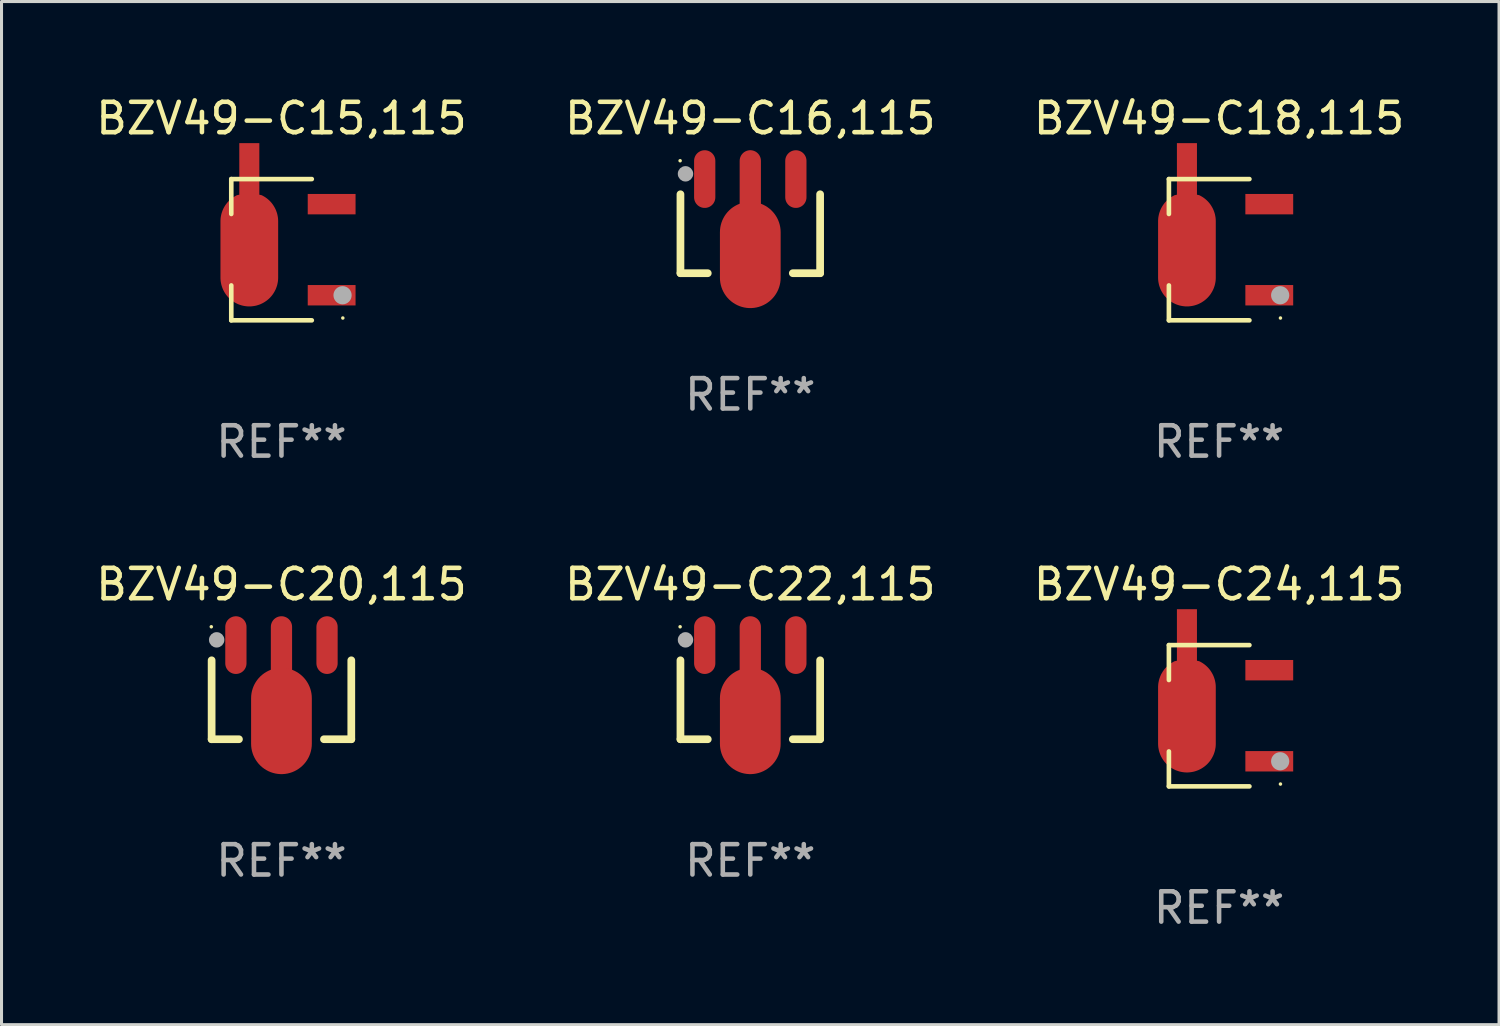
<source format=kicad_pcb>
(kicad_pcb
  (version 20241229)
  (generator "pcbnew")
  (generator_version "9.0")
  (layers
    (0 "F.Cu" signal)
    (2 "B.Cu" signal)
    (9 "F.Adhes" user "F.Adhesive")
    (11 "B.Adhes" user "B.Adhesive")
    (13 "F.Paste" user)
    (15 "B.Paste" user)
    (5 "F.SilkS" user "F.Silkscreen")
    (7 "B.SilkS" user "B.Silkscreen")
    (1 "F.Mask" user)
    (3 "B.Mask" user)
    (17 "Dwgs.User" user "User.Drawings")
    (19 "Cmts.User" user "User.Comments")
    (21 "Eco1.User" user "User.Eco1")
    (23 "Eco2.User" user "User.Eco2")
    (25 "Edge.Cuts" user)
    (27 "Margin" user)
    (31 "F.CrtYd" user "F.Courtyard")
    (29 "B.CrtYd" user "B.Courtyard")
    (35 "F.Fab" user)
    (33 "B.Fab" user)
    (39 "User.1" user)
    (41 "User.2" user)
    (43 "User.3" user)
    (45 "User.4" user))
  (footprint "BZV49-C24,115"
    (layer "F.Cu")
    (at 37.101 20.523)
    (property "Reference" "BZV49-C24,115" (at 0 -4.326 0) (layer "F.SilkS") (effects (font (size 1 1) (thickness 0.15))))
    (attr through_hole)
    (fp_line (start -1.653 -2.326) (end -1.653 -1.177) (stroke (width 0.152) (type solid)) (layer "F.SilkS"))
    (fp_line (start -1.653 2.326) (end -1.653 1.177) (stroke (width 0.152) (type solid)) (layer "F.SilkS"))
    (fp_line (start 0.999 -2.326) (end -1.653 -2.326) (stroke (width 0.152) (type solid)) (layer "F.SilkS"))
    (fp_line (start 0.999 2.326) (end -1.653 2.326) (stroke (width 0.152) (type solid)) (layer "F.SilkS"))
    (fp_circle (center 2.021 2.25) (end 2.051 2.25) (stroke (width 0.06) (type solid)) (fill no) (layer "F.SilkS"))
    (fp_circle (center 2.012 1.5) (end 2.162 1.5) (stroke (width 0.3) (type solid)) (fill no) (layer "F.Fab"))
    (fp_text user "REF**" (at 0 6.326 0) (layer "F.Fab") (effects (font (size 1 1) (thickness 0.15))))
    (pad "1" smd rect (at 1.653 1.5) (size 1.575 0.672) (layers "F.Cu" "F.Mask" "F.Paste"))
    (pad "2" smd custom (at -1.059 -0.009 90) (size 1.9 5.377) (layers "F.Cu" "F.Mask" "F.Paste") (options (anchor circle)) (primitives (gr_poly (pts (xy -0.927 -0.95) (xy 0.927 -0.95) (xy 0.972 -0.949) (xy 1.016 -0.946) (xy 1.06 -0.941) (xy 1.104 -0.933) (xy 1.148 -0.924) (xy 1.191 -0.913) (xy 1.233 -0.899) (xy 1.275 -0.884) (xy 1.316 -0.867) (xy 1.357 -0.848) (xy 1.396 -0.826) (xy 1.434 -0.804) (xy 1.471 -0.779) (xy 1.507 -0.753) (xy 1.542 -0.725) (xy 1.575 -0.695) (xy 1.607 -0.664) (xy 1.637 -0.631) (xy 1.666 -0.597) (xy 1.693 -0.562) (xy 1.719 -0.526) (xy 1.742 -0.488) (xy 1.764 -0.449) (xy 1.785 -0.409) (xy 1.803 -0.33) (xy 3.5 -0.33) (xy 3.5 0.33) (xy 1.803 0.33) (xy 1.785 0.409) (xy 1.764 0.449) (xy 1.742 0.488) (xy 1.719 0.525) (xy 1.693 0.562) (xy 1.666 0.597) (xy 1.637 0.631) (xy 1.607 0.664) (xy 1.575 0.695) (xy 1.542 0.725) (xy 1.507 0.753) (xy 1.471 0.779) (xy 1.434 0.803) (xy 1.396 0.826) (xy 1.357 0.847) (xy 1.316 0.867) (xy 1.275 0.884) (xy 1.233 0.899) (xy 1.191 0.913) (xy 1.148 0.924) (xy 1.104 0.933) (xy 1.06 0.941) (xy 1.016 0.946) (xy 0.972 0.949) (xy 0.927 0.95) (xy -0.927 0.95) (xy -0.972 0.949) (xy -1.016 0.946) (xy -1.06 0.941) (xy -1.104 0.933) (xy -1.148 0.924) (xy -1.191 0.913) (xy -1.233 0.899) (xy -1.275 0.884) (xy -1.316 0.867) (xy -1.356 0.847) (xy -1.396 0.826) (xy -1.434 0.803) (xy -1.471 0.779) (xy -1.507 0.753) (xy -1.541 0.725) (xy -1.575 0.695) (xy -1.607 0.664) (xy -1.637 0.631) (xy -1.666 0.597) (xy -1.693 0.562) (xy -1.718 0.525) (xy -1.742 0.488) (xy -1.764 0.449) (xy -1.784 0.409) (xy -1.803 0.369) (xy -1.819 0.327) (xy -1.833 0.285) (xy -1.846 0.242) (xy -1.856 0.199) (xy -1.864 0.155) (xy -1.87 0.111) (xy -1.875 0.067) (xy -1.877 0.022) (xy -1.877 -0.022) (xy -1.875 -0.067) (xy -1.87 -0.111) (xy -1.864 -0.155) (xy -1.856 -0.199) (xy -1.846 -0.242) (xy -1.833 -0.285) (xy -1.819 -0.327) (xy -1.803 -0.369) (xy -1.784 -0.409) (xy -1.764 -0.449) (xy -1.742 -0.488) (xy -1.718 -0.526) (xy -1.693 -0.562) (xy -1.666 -0.597) (xy -1.637 -0.631) (xy -1.607 -0.664) (xy -1.575 -0.695) (xy -1.541 -0.725) (xy -1.507 -0.753) (xy -1.471 -0.779) (xy -1.434 -0.804) (xy -1.396 -0.826) (xy -1.356 -0.848) (xy -1.316 -0.867) (xy -1.275 -0.884) (xy -1.233 -0.899) (xy -1.191 -0.913) (xy -1.148 -0.924) (xy -1.104 -0.933) (xy -1.06 -0.941) (xy -1.016 -0.946) (xy -0.972 -0.949) (xy -0.927 -0.95)) (width 0) (fill yes))))
    (pad "3" smd rect (at 1.653 -1.5) (size 1.575 0.672) (layers "F.Cu" "F.Mask" "F.Paste")))
  (footprint "BZV49-C18,115"
    (layer "F.Cu")
    (at 37.101 5.174)
    (property "Reference" "BZV49-C18,115" (at 0 -4.326 0) (layer "F.SilkS") (effects (font (size 1 1) (thickness 0.15))))
    (attr through_hole)
    (fp_line (start -1.653 -2.326) (end -1.653 -1.177) (stroke (width 0.152) (type solid)) (layer "F.SilkS"))
    (fp_line (start -1.653 2.326) (end -1.653 1.177) (stroke (width 0.152) (type solid)) (layer "F.SilkS"))
    (fp_line (start 0.999 -2.326) (end -1.653 -2.326) (stroke (width 0.152) (type solid)) (layer "F.SilkS"))
    (fp_line (start 0.999 2.326) (end -1.653 2.326) (stroke (width 0.152) (type solid)) (layer "F.SilkS"))
    (fp_circle (center 2.021 2.25) (end 2.051 2.25) (stroke (width 0.06) (type solid)) (fill no) (layer "F.SilkS"))
    (fp_circle (center 2.012 1.5) (end 2.162 1.5) (stroke (width 0.3) (type solid)) (fill no) (layer "F.Fab"))
    (fp_text user "REF**" (at 0 6.326 0) (layer "F.Fab") (effects (font (size 1 1) (thickness 0.15))))
    (pad "1" smd rect (at 1.653 1.5) (size 1.575 0.672) (layers "F.Cu" "F.Mask" "F.Paste"))
    (pad "2" smd custom (at -1.059 -0.009 90) (size 1.9 5.377) (layers "F.Cu" "F.Mask" "F.Paste") (options (anchor circle)) (primitives (gr_poly (pts (xy -0.927 -0.95) (xy 0.927 -0.95) (xy 0.972 -0.949) (xy 1.016 -0.946) (xy 1.06 -0.941) (xy 1.104 -0.933) (xy 1.148 -0.924) (xy 1.191 -0.913) (xy 1.233 -0.899) (xy 1.275 -0.884) (xy 1.316 -0.867) (xy 1.357 -0.848) (xy 1.396 -0.826) (xy 1.434 -0.804) (xy 1.471 -0.779) (xy 1.507 -0.753) (xy 1.542 -0.725) (xy 1.575 -0.695) (xy 1.607 -0.664) (xy 1.637 -0.631) (xy 1.666 -0.597) (xy 1.693 -0.562) (xy 1.719 -0.526) (xy 1.742 -0.488) (xy 1.764 -0.449) (xy 1.785 -0.409) (xy 1.803 -0.33) (xy 3.5 -0.33) (xy 3.5 0.33) (xy 1.803 0.33) (xy 1.785 0.409) (xy 1.764 0.449) (xy 1.742 0.488) (xy 1.719 0.525) (xy 1.693 0.562) (xy 1.666 0.597) (xy 1.637 0.631) (xy 1.607 0.664) (xy 1.575 0.695) (xy 1.542 0.725) (xy 1.507 0.753) (xy 1.471 0.779) (xy 1.434 0.803) (xy 1.396 0.826) (xy 1.357 0.847) (xy 1.316 0.867) (xy 1.275 0.884) (xy 1.233 0.899) (xy 1.191 0.913) (xy 1.148 0.924) (xy 1.104 0.933) (xy 1.06 0.941) (xy 1.016 0.946) (xy 0.972 0.949) (xy 0.927 0.95) (xy -0.927 0.95) (xy -0.972 0.949) (xy -1.016 0.946) (xy -1.06 0.941) (xy -1.104 0.933) (xy -1.148 0.924) (xy -1.191 0.913) (xy -1.233 0.899) (xy -1.275 0.884) (xy -1.316 0.867) (xy -1.356 0.847) (xy -1.396 0.826) (xy -1.434 0.803) (xy -1.471 0.779) (xy -1.507 0.753) (xy -1.541 0.725) (xy -1.575 0.695) (xy -1.607 0.664) (xy -1.637 0.631) (xy -1.666 0.597) (xy -1.693 0.562) (xy -1.718 0.525) (xy -1.742 0.488) (xy -1.764 0.449) (xy -1.784 0.409) (xy -1.803 0.369) (xy -1.819 0.327) (xy -1.833 0.285) (xy -1.846 0.242) (xy -1.856 0.199) (xy -1.864 0.155) (xy -1.87 0.111) (xy -1.875 0.067) (xy -1.877 0.022) (xy -1.877 -0.022) (xy -1.875 -0.067) (xy -1.87 -0.111) (xy -1.864 -0.155) (xy -1.856 -0.199) (xy -1.846 -0.242) (xy -1.833 -0.285) (xy -1.819 -0.327) (xy -1.803 -0.369) (xy -1.784 -0.409) (xy -1.764 -0.449) (xy -1.742 -0.488) (xy -1.718 -0.526) (xy -1.693 -0.562) (xy -1.666 -0.597) (xy -1.637 -0.631) (xy -1.607 -0.664) (xy -1.575 -0.695) (xy -1.541 -0.725) (xy -1.507 -0.753) (xy -1.471 -0.779) (xy -1.434 -0.804) (xy -1.396 -0.826) (xy -1.356 -0.848) (xy -1.316 -0.867) (xy -1.275 -0.884) (xy -1.233 -0.899) (xy -1.191 -0.913) (xy -1.148 -0.924) (xy -1.104 -0.933) (xy -1.06 -0.941) (xy -1.016 -0.946) (xy -0.972 -0.949) (xy -0.927 -0.95)) (width 0) (fill yes))))
    (pad "3" smd rect (at 1.653 -1.5) (size 1.575 0.672) (layers "F.Cu" "F.Mask" "F.Paste")))
  (footprint "BZV49-C20,115"
    (layer "F.Cu")
    (at 6.22 19.747)
    (property "Reference" "BZV49-C20,115" (at 0 -3.55 0) (layer "F.SilkS") (effects (font (size 1 1) (thickness 0.15))))
    (attr through_hole)
    (fp_line (start -2.3 1.55) (end -2.3 -1.05) (stroke (width 0.254) (type solid)) (layer "F.SilkS"))
    (fp_line (start -1.4 1.55) (end -2.3 1.55) (stroke (width 0.254) (type solid)) (layer "F.SilkS"))
    (fp_line (start 2.3 -1.05) (end 2.3 1.55) (stroke (width 0.254) (type solid)) (layer "F.SilkS"))
    (fp_line (start 2.3 1.55) (end 1.4 1.55) (stroke (width 0.254) (type solid)) (layer "F.SilkS"))
    (fp_circle (center -2.311 -2.154) (end -2.281 -2.154) (stroke (width 0.06) (type solid)) (fill no) (layer "F.SilkS"))
    (fp_circle (center -2.134 -1.723) (end -2.007 -1.723) (stroke (width 0.254) (type solid)) (fill no) (layer "F.Fab"))
    (fp_text user "REF**" (at 0 5.55 0) (layer "F.Fab") (effects (font (size 1 1) (thickness 0.15))))
    (pad "1" smd oval (at -1.501 -1.55) (size 0.7 1.9) (layers "F.Cu" "F.Mask" "F.Paste"))
    (pad "2" smd oval (at 0 -1.451) (size 0.7 2.1) (layers "F.Cu" "F.Mask" "F.Paste"))
    (pad "2" smd oval (at 0 0.949) (size 2 3.5) (layers "F.Cu" "F.Mask" "F.Paste"))
    (pad "3" smd oval (at 1.501 -1.55) (size 0.7 1.9) (layers "F.Cu" "F.Mask" "F.Paste")))
  (footprint "BZV49-C16,115"
    (layer "F.Cu")
    (at 21.661 4.398)
    (property "Reference" "BZV49-C16,115" (at 0 -3.55 0) (layer "F.SilkS") (effects (font (size 1 1) (thickness 0.15))))
    (attr through_hole)
    (fp_line (start -2.3 1.55) (end -2.3 -1.05) (stroke (width 0.254) (type solid)) (layer "F.SilkS"))
    (fp_line (start -1.4 1.55) (end -2.3 1.55) (stroke (width 0.254) (type solid)) (layer "F.SilkS"))
    (fp_line (start 2.3 -1.05) (end 2.3 1.55) (stroke (width 0.254) (type solid)) (layer "F.SilkS"))
    (fp_line (start 2.3 1.55) (end 1.4 1.55) (stroke (width 0.254) (type solid)) (layer "F.SilkS"))
    (fp_circle (center -2.311 -2.154) (end -2.281 -2.154) (stroke (width 0.06) (type solid)) (fill no) (layer "F.SilkS"))
    (fp_circle (center -2.134 -1.723) (end -2.007 -1.723) (stroke (width 0.254) (type solid)) (fill no) (layer "F.Fab"))
    (fp_text user "REF**" (at 0 5.55 0) (layer "F.Fab") (effects (font (size 1 1) (thickness 0.15))))
    (pad "1" smd oval (at -1.501 -1.55) (size 0.7 1.9) (layers "F.Cu" "F.Mask" "F.Paste"))
    (pad "2" smd oval (at 0 -1.451) (size 0.7 2.1) (layers "F.Cu" "F.Mask" "F.Paste"))
    (pad "2" smd oval (at 0 0.949) (size 2 3.5) (layers "F.Cu" "F.Mask" "F.Paste"))
    (pad "3" smd oval (at 1.501 -1.55) (size 0.7 1.9) (layers "F.Cu" "F.Mask" "F.Paste")))
  (footprint "BZV49-C15,115"
    (layer "F.Cu")
    (at 6.22 5.174)
    (property "Reference" "BZV49-C15,115" (at 0 -4.326 0) (layer "F.SilkS") (effects (font (size 1 1) (thickness 0.15))))
    (attr through_hole)
    (fp_line (start -1.653 -2.326) (end -1.653 -1.177) (stroke (width 0.152) (type solid)) (layer "F.SilkS"))
    (fp_line (start -1.653 2.326) (end -1.653 1.177) (stroke (width 0.152) (type solid)) (layer "F.SilkS"))
    (fp_line (start 0.999 -2.326) (end -1.653 -2.326) (stroke (width 0.152) (type solid)) (layer "F.SilkS"))
    (fp_line (start 0.999 2.326) (end -1.653 2.326) (stroke (width 0.152) (type solid)) (layer "F.SilkS"))
    (fp_circle (center 2.021 2.25) (end 2.051 2.25) (stroke (width 0.06) (type solid)) (fill no) (layer "F.SilkS"))
    (fp_circle (center 2.012 1.5) (end 2.162 1.5) (stroke (width 0.3) (type solid)) (fill no) (layer "F.Fab"))
    (fp_text user "REF**" (at 0 6.326 0) (layer "F.Fab") (effects (font (size 1 1) (thickness 0.15))))
    (pad "1" smd rect (at 1.653 1.5) (size 1.575 0.672) (layers "F.Cu" "F.Mask" "F.Paste"))
    (pad "2" smd custom (at -1.059 -0.009 90) (size 1.9 5.377) (layers "F.Cu" "F.Mask" "F.Paste") (options (anchor circle)) (primitives (gr_poly (pts (xy -0.927 -0.95) (xy 0.927 -0.95) (xy 0.972 -0.949) (xy 1.016 -0.946) (xy 1.06 -0.941) (xy 1.104 -0.933) (xy 1.148 -0.924) (xy 1.191 -0.913) (xy 1.233 -0.899) (xy 1.275 -0.884) (xy 1.316 -0.867) (xy 1.357 -0.848) (xy 1.396 -0.826) (xy 1.434 -0.804) (xy 1.471 -0.779) (xy 1.507 -0.753) (xy 1.542 -0.725) (xy 1.575 -0.695) (xy 1.607 -0.664) (xy 1.637 -0.631) (xy 1.666 -0.597) (xy 1.693 -0.562) (xy 1.719 -0.526) (xy 1.742 -0.488) (xy 1.764 -0.449) (xy 1.785 -0.409) (xy 1.803 -0.33) (xy 3.5 -0.33) (xy 3.5 0.33) (xy 1.803 0.33) (xy 1.785 0.409) (xy 1.764 0.449) (xy 1.742 0.488) (xy 1.719 0.525) (xy 1.693 0.562) (xy 1.666 0.597) (xy 1.637 0.631) (xy 1.607 0.664) (xy 1.575 0.695) (xy 1.542 0.725) (xy 1.507 0.753) (xy 1.471 0.779) (xy 1.434 0.803) (xy 1.396 0.826) (xy 1.357 0.847) (xy 1.316 0.867) (xy 1.275 0.884) (xy 1.233 0.899) (xy 1.191 0.913) (xy 1.148 0.924) (xy 1.104 0.933) (xy 1.06 0.941) (xy 1.016 0.946) (xy 0.972 0.949) (xy 0.927 0.95) (xy -0.927 0.95) (xy -0.972 0.949) (xy -1.016 0.946) (xy -1.06 0.941) (xy -1.104 0.933) (xy -1.148 0.924) (xy -1.191 0.913) (xy -1.233 0.899) (xy -1.275 0.884) (xy -1.316 0.867) (xy -1.356 0.847) (xy -1.396 0.826) (xy -1.434 0.803) (xy -1.471 0.779) (xy -1.507 0.753) (xy -1.541 0.725) (xy -1.575 0.695) (xy -1.607 0.664) (xy -1.637 0.631) (xy -1.666 0.597) (xy -1.693 0.562) (xy -1.718 0.525) (xy -1.742 0.488) (xy -1.764 0.449) (xy -1.784 0.409) (xy -1.803 0.369) (xy -1.819 0.327) (xy -1.833 0.285) (xy -1.846 0.242) (xy -1.856 0.199) (xy -1.864 0.155) (xy -1.87 0.111) (xy -1.875 0.067) (xy -1.877 0.022) (xy -1.877 -0.022) (xy -1.875 -0.067) (xy -1.87 -0.111) (xy -1.864 -0.155) (xy -1.856 -0.199) (xy -1.846 -0.242) (xy -1.833 -0.285) (xy -1.819 -0.327) (xy -1.803 -0.369) (xy -1.784 -0.409) (xy -1.764 -0.449) (xy -1.742 -0.488) (xy -1.718 -0.526) (xy -1.693 -0.562) (xy -1.666 -0.597) (xy -1.637 -0.631) (xy -1.607 -0.664) (xy -1.575 -0.695) (xy -1.541 -0.725) (xy -1.507 -0.753) (xy -1.471 -0.779) (xy -1.434 -0.804) (xy -1.396 -0.826) (xy -1.356 -0.848) (xy -1.316 -0.867) (xy -1.275 -0.884) (xy -1.233 -0.899) (xy -1.191 -0.913) (xy -1.148 -0.924) (xy -1.104 -0.933) (xy -1.06 -0.941) (xy -1.016 -0.946) (xy -0.972 -0.949) (xy -0.927 -0.95)) (width 0) (fill yes))))
    (pad "3" smd rect (at 1.653 -1.5) (size 1.575 0.672) (layers "F.Cu" "F.Mask" "F.Paste")))
  (footprint "BZV49-C22,115"
    (layer "F.Cu")
    (at 21.661 19.747)
    (property "Reference" "BZV49-C22,115" (at 0 -3.55 0) (layer "F.SilkS") (effects (font (size 1 1) (thickness 0.15))))
    (attr through_hole)
    (fp_line (start -2.3 1.55) (end -2.3 -1.05) (stroke (width 0.254) (type solid)) (layer "F.SilkS"))
    (fp_line (start -1.4 1.55) (end -2.3 1.55) (stroke (width 0.254) (type solid)) (layer "F.SilkS"))
    (fp_line (start 2.3 -1.05) (end 2.3 1.55) (stroke (width 0.254) (type solid)) (layer "F.SilkS"))
    (fp_line (start 2.3 1.55) (end 1.4 1.55) (stroke (width 0.254) (type solid)) (layer "F.SilkS"))
    (fp_circle (center -2.311 -2.154) (end -2.281 -2.154) (stroke (width 0.06) (type solid)) (fill no) (layer "F.SilkS"))
    (fp_circle (center -2.134 -1.723) (end -2.007 -1.723) (stroke (width 0.254) (type solid)) (fill no) (layer "F.Fab"))
    (fp_text user "REF**" (at 0 5.55 0) (layer "F.Fab") (effects (font (size 1 1) (thickness 0.15))))
    (pad "1" smd oval (at -1.501 -1.55) (size 0.7 1.9) (layers "F.Cu" "F.Mask" "F.Paste"))
    (pad "2" smd oval (at 0 -1.451) (size 0.7 2.1) (layers "F.Cu" "F.Mask" "F.Paste"))
    (pad "2" smd oval (at 0 0.949) (size 2 3.5) (layers "F.Cu" "F.Mask" "F.Paste"))
    (pad "3" smd oval (at 1.501 -1.55) (size 0.7 1.9) (layers "F.Cu" "F.Mask" "F.Paste")))
  (gr_rect
    (start -3 -3)
    (end 46.321 30.698)
    (stroke (width 0.1) (type default))
    (fill no)
    (layer "Edge.Cuts")))
</source>
